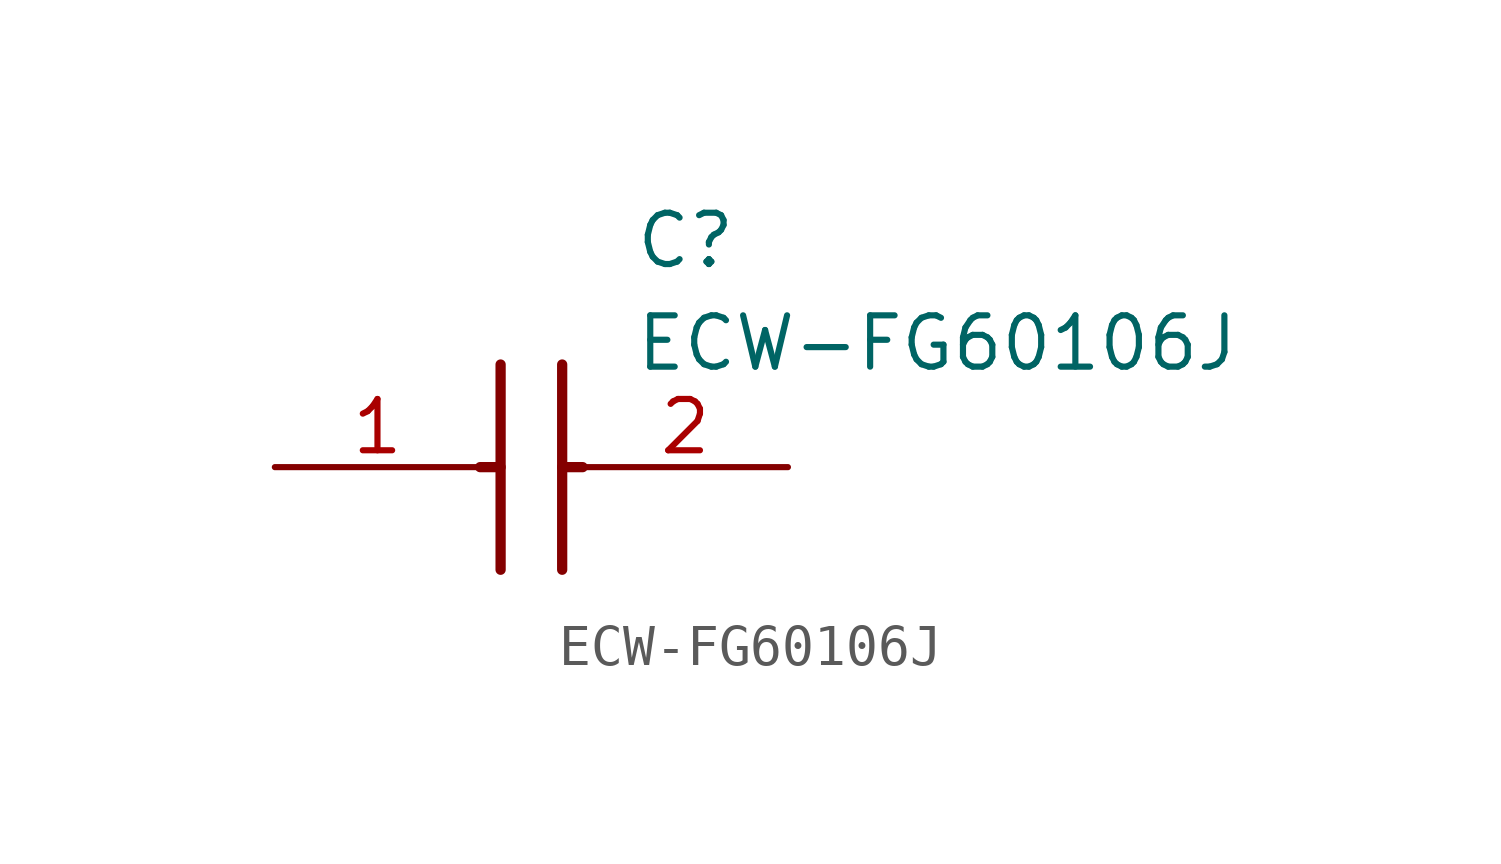
<source format=kicad_sym>
(kicad_symbol_lib
  (version 20211014)
  (generator SamacSys_ECAD_Model)
  (symbol "ECW-FG60106J"
    (pin_names hide)
    (property "Reference" "C"
      (at 8.89 6.35 0)
      (effects (font (size 1.27 1.27)) (justify left top)))
    (property "Value" "ECW-FG60106J"
      (at 8.89 3.81 0)
      (effects (font (size 1.27 1.27)) (justify left top)))
    (polyline
      (pts (xy 5.588 2.54) (xy 5.588 -2.54))
      (stroke (width 0.254) (type default))
      (fill (type none)))
    (polyline
      (pts (xy 7.112 2.54) (xy 7.112 -2.54))
      (stroke (width 0.254) (type default))
      (fill (type none)))
    (polyline
      (pts (xy 5.08 0) (xy 5.588 0))
      (stroke (width 0.254) (type default))
      (fill (type none)))
    (polyline
      (pts (xy 7.112 0) (xy 7.62 0))
      (stroke (width 0.254) (type default))
      (fill (type none)))
    (pin passive line
      (at 0 0 0)
      (length 5.08)
      (name "1" (effects (font (size 1.27 1.27))))
      (number "1" (effects (font (size 1.27 1.27)))))
    (pin passive line
      (at 12.7 0 180)
      (length 5.08)
      (name "2" (effects (font (size 1.27 1.27))))
      (number "2" (effects (font (size 1.27 1.27)))))))
</source>
